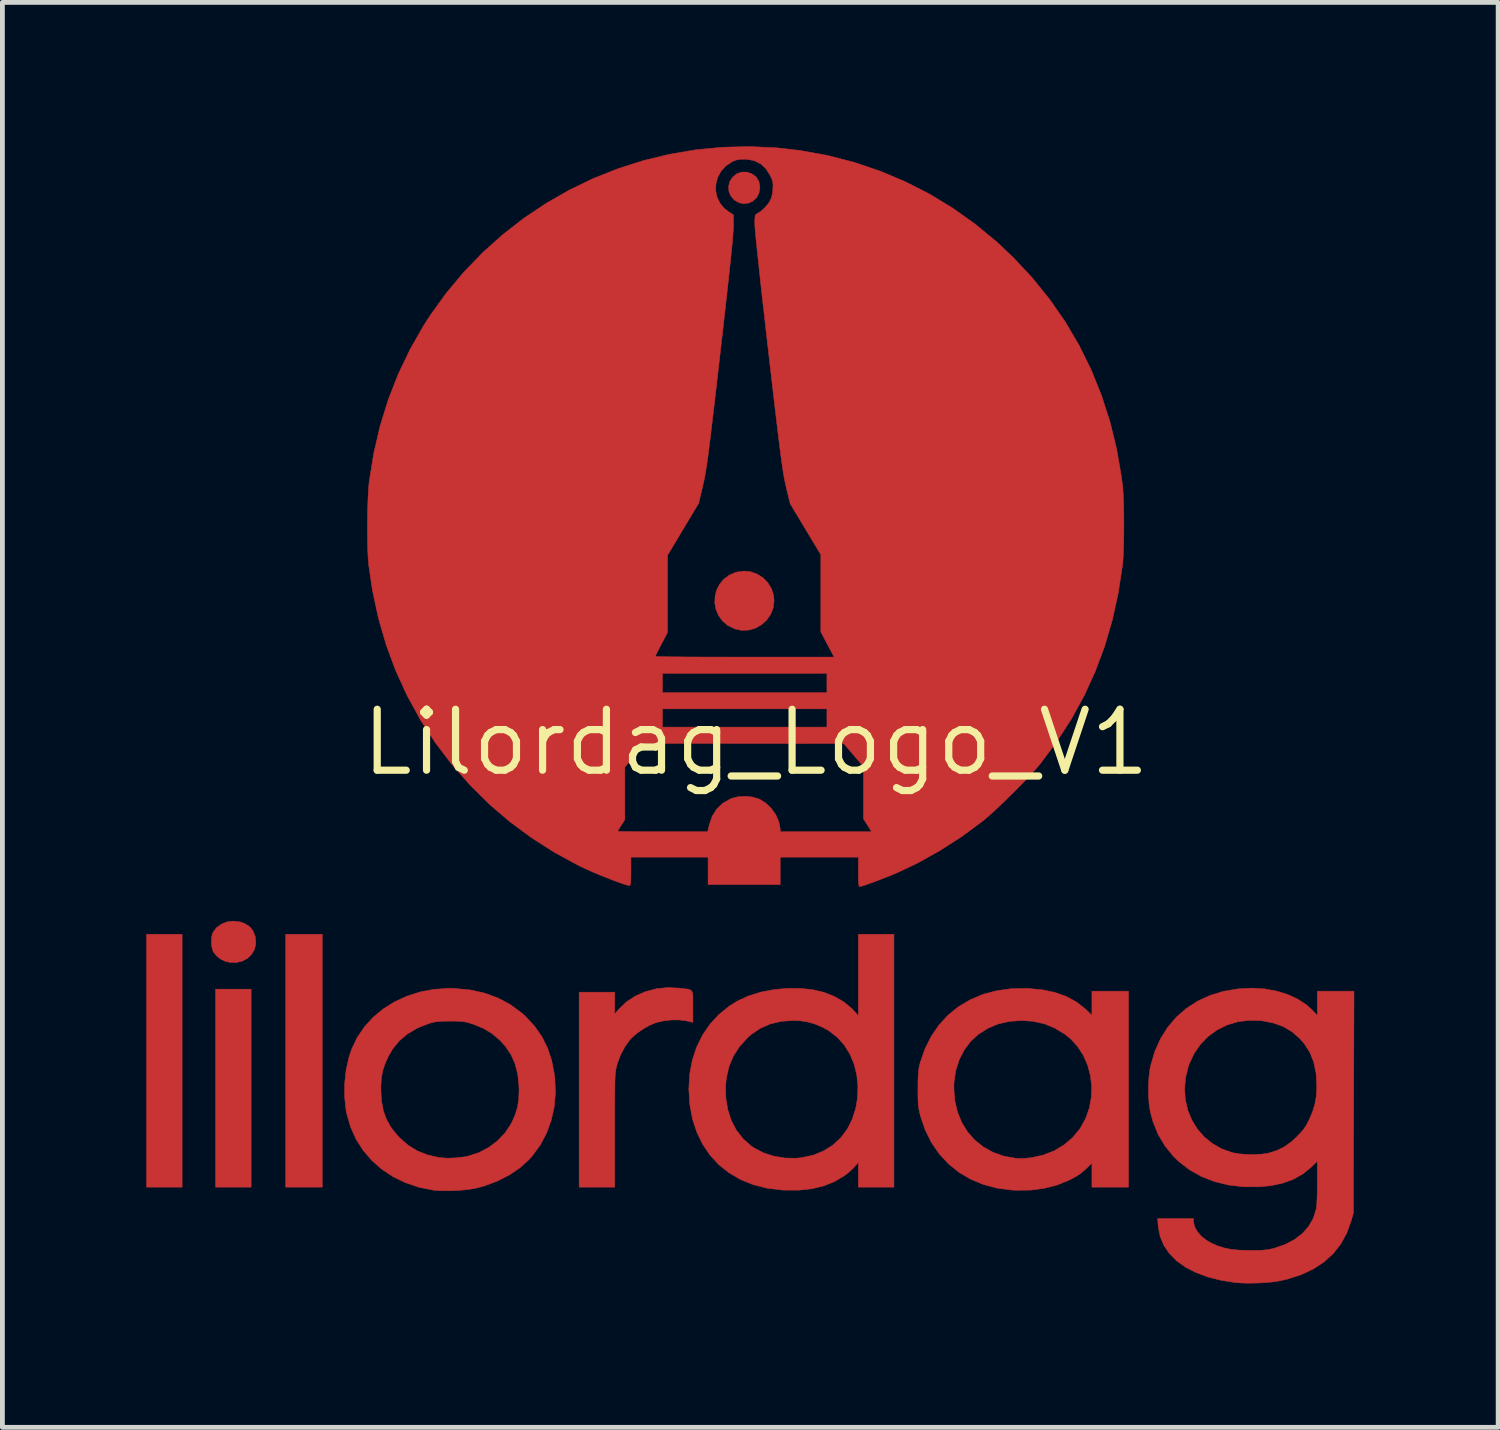
<source format=kicad_pcb>
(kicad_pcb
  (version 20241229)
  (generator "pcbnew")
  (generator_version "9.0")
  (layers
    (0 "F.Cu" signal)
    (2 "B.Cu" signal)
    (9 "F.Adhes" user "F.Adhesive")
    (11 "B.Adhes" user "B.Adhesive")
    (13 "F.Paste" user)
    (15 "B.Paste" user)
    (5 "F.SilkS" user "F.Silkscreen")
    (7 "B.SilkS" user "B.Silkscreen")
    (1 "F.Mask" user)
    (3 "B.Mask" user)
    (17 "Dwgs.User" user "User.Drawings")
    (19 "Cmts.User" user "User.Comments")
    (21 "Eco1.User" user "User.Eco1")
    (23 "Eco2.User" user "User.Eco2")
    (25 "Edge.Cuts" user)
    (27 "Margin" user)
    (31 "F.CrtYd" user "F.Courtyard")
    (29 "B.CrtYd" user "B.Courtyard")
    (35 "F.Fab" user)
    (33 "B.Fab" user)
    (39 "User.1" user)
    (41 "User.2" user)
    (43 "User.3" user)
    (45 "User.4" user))
  (footprint "Lilordag_Logo_V1"
    (layer "F.Cu")
    (at 12.705 12.425)
    (property "Reference" "Lilordag_Logo_V1" (at 0 0 0) (layer "F.SilkS") (effects (font (size 1.27 1.27) (thickness 0.15))))
    (attr through_hole)
    (fp_poly (pts (xy -11.959 9.271) (xy -12.7 9.271) (xy -12.7 4) (xy -11.959 4) (xy -11.959 9.271)) (stroke (width 0.01) (type solid)) (fill yes) (layer "F.Cu"))
    (fp_poly (pts (xy -10.52 9.271) (xy -11.261 9.271) (xy -11.261 5.144) (xy -10.52 5.144) (xy -10.52 9.271)) (stroke (width 0.01) (type solid)) (fill yes) (layer "F.Cu"))
    (fp_poly (pts (xy -9.038 9.271) (xy -9.8 9.271) (xy -9.8 4) (xy -9.038 4) (xy -9.038 9.271)) (stroke (width 0.01) (type solid)) (fill yes) (layer "F.Cu"))
    (fp_poly (pts (xy -0.185 -11.888) (xy -0.083 -11.852) (xy 0.007 -11.786) (xy 0.063 -11.697) (xy 0.084 -11.583) (xy 0.085 -11.565) (xy 0.066 -11.45) (xy 0.016 -11.354) (xy -0.061 -11.283) (xy -0.156 -11.24) (xy -0.264 -11.231) (xy -0.349 -11.25) (xy -0.447 -11.305) (xy -0.518 -11.385) (xy -0.559 -11.481) (xy -0.568 -11.586) (xy -0.542 -11.69) (xy -0.492 -11.771) (xy -0.402 -11.849) (xy -0.298 -11.888) (xy -0.185 -11.888)) (stroke (width 0.01) (type solid)) (fill yes) (layer "F.Cu"))
    (fp_poly (pts (xy -10.751 3.742) (xy -10.655 3.776) (xy -10.553 3.84) (xy -10.483 3.924) (xy -10.439 4.036) (xy -10.431 4.069) (xy -10.423 4.2) (xy -10.452 4.319) (xy -10.512 4.421) (xy -10.598 4.503) (xy -10.706 4.56) (xy -10.83 4.589) (xy -10.966 4.585) (xy -11.055 4.565) (xy -11.153 4.519) (xy -11.241 4.45) (xy -11.305 4.369) (xy -11.318 4.343) (xy -11.34 4.258) (xy -11.348 4.158) (xy -11.343 4.058) (xy -11.323 3.977) (xy -11.317 3.964) (xy -11.242 3.863) (xy -11.14 3.788) (xy -11.019 3.741) (xy -10.887 3.725) (xy -10.751 3.742)) (stroke (width 0.01) (type solid)) (fill yes) (layer "F.Cu"))
    (fp_poly (pts (xy -0.109 -3.557) (xy 0.028 -3.508) (xy 0.151 -3.43) (xy 0.252 -3.326) (xy 0.328 -3.2) (xy 0.372 -3.057) (xy 0.381 -2.953) (xy 0.362 -2.802) (xy 0.307 -2.665) (xy 0.223 -2.546) (xy 0.115 -2.45) (xy -0.011 -2.38) (xy -0.15 -2.341) (xy -0.296 -2.335) (xy -0.44 -2.367) (xy -0.582 -2.437) (xy -0.694 -2.531) (xy -0.776 -2.645) (xy -0.83 -2.771) (xy -0.855 -2.905) (xy -0.85 -3.04) (xy -0.818 -3.172) (xy -0.756 -3.295) (xy -0.667 -3.402) (xy -0.549 -3.489) (xy -0.408 -3.548) (xy -0.257 -3.571) (xy -0.109 -3.557)) (stroke (width 0.01) (type solid)) (fill yes) (layer "F.Cu"))
    (fp_poly (pts (xy -1.605 5.122) (xy -1.497 5.134) (xy -1.419 5.144) (xy -1.366 5.159) (xy -1.334 5.185) (xy -1.318 5.229) (xy -1.312 5.296) (xy -1.312 5.394) (xy -1.312 5.503) (xy -1.312 5.836) (xy -1.445 5.805) (xy -1.586 5.786) (xy -1.748 5.785) (xy -1.914 5.803) (xy -2.068 5.837) (xy -2.079 5.841) (xy -2.203 5.892) (xy -2.337 5.966) (xy -2.467 6.055) (xy -2.577 6.148) (xy -2.624 6.198) (xy -2.727 6.341) (xy -2.816 6.509) (xy -2.885 6.688) (xy -2.9 6.744) (xy -2.909 6.781) (xy -2.917 6.82) (xy -2.923 6.862) (xy -2.929 6.914) (xy -2.933 6.978) (xy -2.936 7.057) (xy -2.938 7.156) (xy -2.94 7.279) (xy -2.941 7.429) (xy -2.942 7.61) (xy -2.942 7.826) (xy -2.942 8.08) (xy -2.942 9.271) (xy -3.683 9.271) (xy -3.683 5.207) (xy -2.942 5.207) (xy -2.942 5.661) (xy -2.846 5.552) (xy -2.69 5.404) (xy -2.506 5.285) (xy -2.299 5.195) (xy -2.076 5.136) (xy -1.843 5.111) (xy -1.605 5.122)) (stroke (width 0.01) (type solid)) (fill yes) (layer "F.Cu"))
    (fp_poly (pts (xy 2.879 9.271) (xy 2.138 9.271) (xy 2.137 9.012) (xy 2.137 8.752) (xy 2.061 8.843) (xy 2.004 8.902) (xy 1.928 8.969) (xy 1.853 9.028) (xy 1.646 9.152) (xy 1.418 9.244) (xy 1.167 9.305) (xy 0.89 9.334) (xy 0.585 9.333) (xy 0.54 9.33) (xy 0.23 9.292) (xy -0.058 9.218) (xy -0.322 9.111) (xy -0.56 8.971) (xy -0.772 8.802) (xy -0.955 8.603) (xy -1.108 8.377) (xy -1.23 8.125) (xy -1.32 7.85) (xy -1.376 7.551) (xy -1.396 7.232) (xy -1.396 7.218) (xy -1.393 7.166) (xy -0.63 7.166) (xy -0.624 7.422) (xy -0.583 7.662) (xy -0.51 7.884) (xy -0.405 8.085) (xy -0.269 8.26) (xy -0.106 8.406) (xy -0.041 8.451) (xy 0.157 8.554) (xy 0.376 8.626) (xy 0.608 8.664) (xy 0.842 8.668) (xy 0.961 8.656) (xy 1.201 8.602) (xy 1.417 8.514) (xy 1.608 8.393) (xy 1.772 8.241) (xy 1.907 8.06) (xy 2.012 7.852) (xy 2.085 7.619) (xy 2.117 7.427) (xy 2.128 7.173) (xy 2.104 6.929) (xy 2.047 6.701) (xy 1.958 6.491) (xy 1.839 6.303) (xy 1.692 6.141) (xy 1.518 6.008) (xy 1.41 5.947) (xy 1.242 5.874) (xy 1.087 5.828) (xy 0.928 5.803) (xy 0.783 5.797) (xy 0.533 5.814) (xy 0.303 5.868) (xy 0.094 5.959) (xy -0.096 6.088) (xy -0.17 6.153) (xy -0.339 6.338) (xy -0.469 6.541) (xy -0.56 6.761) (xy -0.615 7.001) (xy -0.63 7.166) (xy -1.393 7.166) (xy -1.378 6.912) (xy -1.323 6.622) (xy -1.233 6.35) (xy -1.109 6.099) (xy -0.952 5.87) (xy -0.765 5.668) (xy -0.548 5.494) (xy -0.38 5.39) (xy -0.153 5.286) (xy 0.099 5.207) (xy 0.371 5.154) (xy 0.651 5.127) (xy 0.932 5.128) (xy 1.183 5.155) (xy 1.42 5.21) (xy 1.639 5.297) (xy 1.834 5.41) (xy 2.001 5.548) (xy 2.041 5.591) (xy 2.138 5.698) (xy 2.138 4) (xy 2.879 4) (xy 2.879 9.271)) (stroke (width 0.01) (type solid)) (fill yes) (layer "F.Cu"))
    (fp_poly (pts (xy 5.683 5.13) (xy 5.978 5.158) (xy 6.241 5.214) (xy 6.476 5.298) (xy 6.683 5.411) (xy 6.865 5.553) (xy 6.891 5.578) (xy 7.006 5.69) (xy 7.006 5.186) (xy 7.768 5.186) (xy 7.768 9.271) (xy 7.006 9.271) (xy 7.006 8.767) (xy 6.879 8.892) (xy 6.789 8.971) (xy 6.687 9.041) (xy 6.559 9.11) (xy 6.535 9.122) (xy 6.282 9.226) (xy 6.017 9.295) (xy 5.734 9.332) (xy 5.429 9.336) (xy 5.334 9.331) (xy 5.028 9.291) (xy 4.742 9.215) (xy 4.476 9.104) (xy 4.233 8.96) (xy 4.015 8.784) (xy 3.824 8.578) (xy 3.662 8.343) (xy 3.532 8.082) (xy 3.435 7.798) (xy 3.414 7.717) (xy 3.399 7.645) (xy 3.389 7.575) (xy 3.383 7.495) (xy 3.38 7.396) (xy 3.379 7.267) (xy 3.379 7.218) (xy 3.38 7.201) (xy 4.128 7.201) (xy 4.146 7.46) (xy 4.202 7.7) (xy 4.291 7.92) (xy 4.412 8.117) (xy 4.562 8.288) (xy 4.74 8.431) (xy 4.942 8.544) (xy 5.166 8.624) (xy 5.41 8.668) (xy 5.518 8.676) (xy 5.572 8.674) (xy 5.651 8.667) (xy 5.74 8.657) (xy 5.748 8.656) (xy 5.992 8.602) (xy 6.218 8.514) (xy 6.422 8.392) (xy 6.602 8.24) (xy 6.751 8.06) (xy 6.765 8.041) (xy 6.876 7.838) (xy 6.952 7.622) (xy 6.993 7.398) (xy 7.001 7.171) (xy 6.975 6.947) (xy 6.918 6.731) (xy 6.829 6.527) (xy 6.71 6.341) (xy 6.561 6.178) (xy 6.447 6.086) (xy 6.232 5.955) (xy 6.01 5.865) (xy 5.774 5.813) (xy 5.54 5.798) (xy 5.285 5.815) (xy 5.052 5.869) (xy 4.837 5.959) (xy 4.642 6.083) (xy 4.478 6.233) (xy 4.344 6.412) (xy 4.24 6.614) (xy 4.169 6.837) (xy 4.132 7.076) (xy 4.128 7.201) (xy 3.38 7.201) (xy 3.38 7.072) (xy 3.384 6.959) (xy 3.39 6.87) (xy 3.399 6.796) (xy 3.413 6.727) (xy 3.424 6.685) (xy 3.524 6.393) (xy 3.656 6.129) (xy 3.817 5.893) (xy 4.007 5.686) (xy 4.224 5.51) (xy 4.466 5.366) (xy 4.731 5.254) (xy 5.018 5.177) (xy 5.326 5.134) (xy 5.652 5.128) (xy 5.683 5.13)) (stroke (width 0.01) (type solid)) (fill yes) (layer "F.Cu"))
    (fp_poly (pts (xy -6.276 5.129) (xy -5.952 5.16) (xy -5.65 5.227) (xy -5.37 5.33) (xy -5.112 5.469) (xy -4.878 5.643) (xy -4.802 5.711) (xy -4.613 5.914) (xy -4.46 6.133) (xy -4.341 6.371) (xy -4.255 6.631) (xy -4.2 6.918) (xy -4.189 7.006) (xy -4.177 7.306) (xy -4.203 7.599) (xy -4.266 7.882) (xy -4.364 8.149) (xy -4.496 8.397) (xy -4.662 8.623) (xy -4.728 8.696) (xy -4.917 8.867) (xy -5.138 9.017) (xy -5.386 9.144) (xy -5.652 9.244) (xy -5.842 9.294) (xy -5.969 9.316) (xy -6.123 9.333) (xy -6.291 9.343) (xy -6.458 9.347) (xy -6.61 9.343) (xy -6.72 9.333) (xy -7.021 9.274) (xy -7.303 9.179) (xy -7.562 9.053) (xy -7.797 8.897) (xy -8.006 8.713) (xy -8.185 8.503) (xy -8.334 8.27) (xy -8.448 8.015) (xy -8.527 7.741) (xy -8.541 7.669) (xy -8.571 7.396) (xy -8.571 7.239) (xy -7.816 7.239) (xy -7.803 7.474) (xy -7.764 7.68) (xy -7.697 7.864) (xy -7.599 8.035) (xy -7.466 8.198) (xy -7.42 8.247) (xy -7.245 8.399) (xy -7.056 8.515) (xy -6.847 8.598) (xy -6.612 8.652) (xy -6.575 8.657) (xy -6.424 8.667) (xy -6.253 8.661) (xy -6.082 8.641) (xy -5.99 8.622) (xy -5.772 8.551) (xy -5.569 8.444) (xy -5.386 8.307) (xy -5.23 8.145) (xy -5.106 7.96) (xy -5.083 7.916) (xy -5.014 7.756) (xy -4.967 7.602) (xy -4.942 7.44) (xy -4.935 7.257) (xy -4.937 7.165) (xy -4.962 6.92) (xy -5.017 6.701) (xy -5.104 6.505) (xy -5.226 6.327) (xy -5.334 6.209) (xy -5.499 6.069) (xy -5.68 5.96) (xy -5.889 5.875) (xy -5.9 5.871) (xy -5.981 5.846) (xy -6.051 5.828) (xy -6.121 5.818) (xy -6.203 5.812) (xy -6.309 5.81) (xy -6.371 5.81) (xy -6.499 5.811) (xy -6.596 5.816) (xy -6.675 5.825) (xy -6.747 5.84) (xy -6.816 5.86) (xy -7.052 5.953) (xy -7.258 6.074) (xy -7.433 6.222) (xy -7.575 6.397) (xy -7.659 6.542) (xy -7.729 6.698) (xy -7.776 6.841) (xy -7.804 6.985) (xy -7.815 7.146) (xy -7.816 7.239) (xy -8.571 7.239) (xy -8.571 7.114) (xy -8.541 6.834) (xy -8.482 6.568) (xy -8.426 6.399) (xy -8.309 6.153) (xy -8.157 5.929) (xy -7.975 5.729) (xy -7.764 5.554) (xy -7.529 5.407) (xy -7.271 5.289) (xy -6.995 5.201) (xy -6.704 5.147) (xy -6.399 5.127) (xy -6.276 5.129)) (stroke (width 0.01) (type solid)) (fill yes) (layer "F.Cu"))
    (fp_poly (pts (xy 10.6 5.138) (xy 10.848 5.182) (xy 11.081 5.253) (xy 11.291 5.349) (xy 11.475 5.468) (xy 11.608 5.589) (xy 11.705 5.692) (xy 11.705 5.186) (xy 12.469 5.186) (xy 12.462 7.498) (xy 12.456 9.811) (xy 12.408 9.979) (xy 12.317 10.231) (xy 12.192 10.457) (xy 12.035 10.657) (xy 11.845 10.83) (xy 11.622 10.976) (xy 11.368 11.095) (xy 11.083 11.187) (xy 10.897 11.229) (xy 10.766 11.248) (xy 10.608 11.262) (xy 10.436 11.27) (xy 10.264 11.273) (xy 10.107 11.268) (xy 10.001 11.26) (xy 9.695 11.212) (xy 9.418 11.142) (xy 9.17 11.049) (xy 8.953 10.937) (xy 8.769 10.804) (xy 8.62 10.653) (xy 8.506 10.485) (xy 8.428 10.3) (xy 8.389 10.1) (xy 8.387 10.081) (xy 8.376 9.927) (xy 9.123 9.927) (xy 9.123 9.985) (xy 9.144 10.09) (xy 9.201 10.196) (xy 9.289 10.296) (xy 9.403 10.385) (xy 9.492 10.436) (xy 9.625 10.494) (xy 9.758 10.537) (xy 9.899 10.566) (xy 10.06 10.583) (xy 10.25 10.59) (xy 10.298 10.59) (xy 10.438 10.589) (xy 10.546 10.586) (xy 10.632 10.579) (xy 10.706 10.568) (xy 10.78 10.552) (xy 10.806 10.545) (xy 11.033 10.466) (xy 11.23 10.363) (xy 11.395 10.236) (xy 11.526 10.087) (xy 11.622 9.918) (xy 11.681 9.73) (xy 11.684 9.718) (xy 11.69 9.661) (xy 11.696 9.571) (xy 11.701 9.456) (xy 11.704 9.324) (xy 11.705 9.184) (xy 11.705 9.167) (xy 11.705 8.73) (xy 11.571 8.859) (xy 11.399 8.998) (xy 11.204 9.107) (xy 10.984 9.187) (xy 10.735 9.24) (xy 10.486 9.264) (xy 10.161 9.263) (xy 9.851 9.226) (xy 9.56 9.155) (xy 9.289 9.049) (xy 9.04 8.909) (xy 8.817 8.737) (xy 8.706 8.629) (xy 8.529 8.412) (xy 8.387 8.172) (xy 8.279 7.906) (xy 8.222 7.694) (xy 8.198 7.542) (xy 8.186 7.364) (xy 8.185 7.222) (xy 8.938 7.222) (xy 8.954 7.451) (xy 9.005 7.669) (xy 9.089 7.873) (xy 9.203 8.059) (xy 9.347 8.224) (xy 9.518 8.363) (xy 9.714 8.474) (xy 9.932 8.551) (xy 10.064 8.576) (xy 10.222 8.589) (xy 10.388 8.592) (xy 10.546 8.583) (xy 10.681 8.563) (xy 10.688 8.561) (xy 10.862 8.507) (xy 11.018 8.43) (xy 11.166 8.323) (xy 11.274 8.224) (xy 11.362 8.132) (xy 11.428 8.053) (xy 11.48 7.972) (xy 11.53 7.876) (xy 11.531 7.874) (xy 11.602 7.709) (xy 11.65 7.557) (xy 11.679 7.401) (xy 11.692 7.227) (xy 11.693 7.144) (xy 11.678 6.892) (xy 11.63 6.666) (xy 11.55 6.463) (xy 11.435 6.283) (xy 11.338 6.172) (xy 11.177 6.032) (xy 10.999 5.926) (xy 10.799 5.852) (xy 10.572 5.806) (xy 10.533 5.801) (xy 10.285 5.793) (xy 10.047 5.823) (xy 9.824 5.89) (xy 9.617 5.992) (xy 9.432 6.126) (xy 9.27 6.291) (xy 9.137 6.483) (xy 9.034 6.702) (xy 9.017 6.75) (xy 8.958 6.988) (xy 8.938 7.222) (xy 8.185 7.222) (xy 8.184 7.174) (xy 8.194 6.986) (xy 8.215 6.815) (xy 8.23 6.738) (xy 8.316 6.446) (xy 8.435 6.179) (xy 8.585 5.94) (xy 8.765 5.728) (xy 8.973 5.546) (xy 9.207 5.395) (xy 9.466 5.275) (xy 9.747 5.189) (xy 10.049 5.138) (xy 10.342 5.122) (xy 10.6 5.138)) (stroke (width 0.01) (type solid)) (fill yes) (layer "F.Cu"))
    (fp_poly (pts (xy 0.435 -12.394) (xy 0.921 -12.339) (xy 1.492 -12.235) (xy 2.049 -12.092) (xy 2.59 -11.909) (xy 3.115 -11.688) (xy 3.622 -11.43) (xy 4.109 -11.134) (xy 4.576 -10.801) (xy 5.022 -10.433) (xy 5.367 -10.107) (xy 5.765 -9.681) (xy 6.126 -9.233) (xy 6.452 -8.764) (xy 6.74 -8.274) (xy 6.991 -7.764) (xy 7.205 -7.234) (xy 7.382 -6.685) (xy 7.521 -6.117) (xy 7.622 -5.531) (xy 7.646 -5.345) (xy 7.655 -5.236) (xy 7.662 -5.094) (xy 7.668 -4.927) (xy 7.671 -4.743) (xy 7.672 -4.55) (xy 7.671 -4.355) (xy 7.669 -4.168) (xy 7.664 -3.997) (xy 7.657 -3.849) (xy 7.649 -3.732) (xy 7.645 -3.704) (xy 7.555 -3.114) (xy 7.431 -2.549) (xy 7.272 -2.005) (xy 7.077 -1.482) (xy 6.846 -0.976) (xy 6.577 -0.486) (xy 6.269 -0.01) (xy 5.935 0.438) (xy 5.85 0.539) (xy 5.739 0.662) (xy 5.609 0.801) (xy 5.466 0.948) (xy 5.316 1.098) (xy 5.165 1.245) (xy 5.021 1.383) (xy 4.888 1.504) (xy 4.774 1.603) (xy 4.731 1.638) (xy 4.294 1.962) (xy 3.833 2.258) (xy 3.358 2.522) (xy 2.964 2.709) (xy 2.872 2.748) (xy 2.763 2.792) (xy 2.646 2.838) (xy 2.528 2.884) (xy 2.415 2.925) (xy 2.315 2.961) (xy 2.235 2.988) (xy 2.183 3.003) (xy 2.169 3.006) (xy 2.157 3) (xy 2.148 2.978) (xy 2.142 2.934) (xy 2.139 2.862) (xy 2.138 2.757) (xy 2.138 2.699) (xy 2.138 2.392) (xy 0.508 2.392) (xy 0.508 2.963) (xy -0.995 2.963) (xy -0.995 2.392) (xy -2.603 2.392) (xy -2.603 2.688) (xy -2.604 2.811) (xy -2.607 2.897) (xy -2.613 2.951) (xy -2.621 2.978) (xy -2.631 2.985) (xy -2.677 2.976) (xy -2.755 2.953) (xy -2.859 2.917) (xy -2.982 2.871) (xy -3.117 2.818) (xy -3.259 2.761) (xy -3.401 2.701) (xy -3.536 2.641) (xy -3.658 2.584) (xy -3.713 2.557) (xy -4.207 2.287) (xy -4.68 1.985) (xy -4.859 1.852) (xy -2.879 1.852) (xy -2.858 1.855) (xy -2.8 1.857) (xy -2.707 1.858) (xy -2.585 1.86) (xy -2.438 1.861) (xy -2.27 1.862) (xy -2.085 1.863) (xy -1.941 1.863) (xy -1.004 1.863) (xy -0.968 1.712) (xy -0.908 1.538) (xy -0.816 1.391) (xy -0.692 1.272) (xy -0.537 1.182) (xy -0.49 1.163) (xy -0.363 1.132) (xy -0.219 1.124) (xy -0.073 1.139) (xy 0.055 1.175) (xy 0.068 1.18) (xy 0.201 1.26) (xy 0.318 1.371) (xy 0.413 1.503) (xy 0.477 1.647) (xy 0.501 1.758) (xy 0.514 1.863) (xy 2.414 1.863) (xy 2.329 1.728) (xy 2.244 1.594) (xy 2.244 0.504) (xy 1.831 0.023) (xy -0.236 0.022) (xy -2.303 0.021) (xy -2.731 0.516) (xy -2.731 1.611) (xy -2.805 1.727) (xy -2.843 1.787) (xy -2.869 1.833) (xy -2.879 1.852) (xy -4.859 1.852) (xy -5.127 1.654) (xy -5.535 1.306) (xy -5.954 0.892) (xy -6.338 0.457) (xy -6.685 -0.000228) (xy -6.996 -0.478) (xy -7.116 -0.699) (xy -1.947 -0.699) (xy -1.947 -0.318) (xy 1.482 -0.318) (xy 1.482 -0.699) (xy -1.947 -0.699) (xy -7.116 -0.699) (xy -7.269 -0.977) (xy -7.48 -1.439) (xy -1.947 -1.439) (xy -1.947 -1.037) (xy 1.482 -1.037) (xy 1.482 -1.439) (xy -1.947 -1.439) (xy -7.48 -1.439) (xy -7.506 -1.496) (xy -7.616 -1.792) (xy -2.095 -1.792) (xy -2.075 -1.79) (xy -2.015 -1.788) (xy -1.919 -1.786) (xy -1.789 -1.784) (xy -1.629 -1.783) (xy -1.442 -1.781) (xy -1.231 -1.78) (xy -0.999 -1.779) (xy -0.748 -1.779) (xy -0.482 -1.778) (xy -0.231 -1.778) (xy 1.633 -1.778) (xy 1.494 -2.04) (xy 1.355 -2.303) (xy 1.355 -3.913) (xy 1.035 -4.445) (xy 0.716 -4.977) (xy 0.633 -5.32) (xy 0.621 -5.375) (xy 0.608 -5.432) (xy 0.596 -5.494) (xy 0.583 -5.562) (xy 0.57 -5.64) (xy 0.557 -5.729) (xy 0.542 -5.834) (xy 0.525 -5.955) (xy 0.507 -6.096) (xy 0.486 -6.259) (xy 0.463 -6.447) (xy 0.437 -6.662) (xy 0.408 -6.907) (xy 0.375 -7.185) (xy 0.339 -7.498) (xy 0.298 -7.848) (xy 0.265 -8.133) (xy 0.222 -8.503) (xy 0.183 -8.853) (xy 0.145 -9.181) (xy 0.111 -9.486) (xy 0.081 -9.764) (xy 0.054 -10.014) (xy 0.031 -10.234) (xy 0.011 -10.422) (xy -0.004 -10.576) (xy -0.014 -10.693) (xy -0.02 -10.771) (xy -0.021 -10.802) (xy -0.021 -10.895) (xy -0.017 -10.955) (xy -0.009 -10.99) (xy 0.006 -11.009) (xy 0.029 -11.023) (xy 0.029 -11.023) (xy 0.108 -11.073) (xy 0.19 -11.148) (xy 0.263 -11.235) (xy 0.29 -11.276) (xy 0.325 -11.351) (xy 0.346 -11.435) (xy 0.355 -11.528) (xy 0.359 -11.614) (xy 0.354 -11.677) (xy 0.337 -11.736) (xy 0.304 -11.809) (xy 0.298 -11.821) (xy 0.211 -11.958) (xy 0.102 -12.06) (xy -0.03 -12.125) (xy -0.184 -12.155) (xy -0.243 -12.157) (xy -0.34 -12.153) (xy -0.414 -12.138) (xy -0.487 -12.108) (xy -0.497 -12.103) (xy -0.628 -12.014) (xy -0.727 -11.904) (xy -0.795 -11.778) (xy -0.832 -11.643) (xy -0.837 -11.504) (xy -0.809 -11.368) (xy -0.749 -11.241) (xy -0.655 -11.129) (xy -0.563 -11.058) (xy -0.466 -10.996) (xy -0.466 -10.763) (xy -0.468 -10.705) (xy -0.474 -10.615) (xy -0.484 -10.492) (xy -0.498 -10.337) (xy -0.517 -10.147) (xy -0.541 -9.921) (xy -0.569 -9.659) (xy -0.602 -9.36) (xy -0.64 -9.022) (xy -0.682 -8.644) (xy -0.73 -8.226) (xy -0.741 -8.128) (xy -0.784 -7.754) (xy -0.823 -7.42) (xy -0.857 -7.123) (xy -0.888 -6.86) (xy -0.916 -6.628) (xy -0.94 -6.425) (xy -0.962 -6.249) (xy -0.981 -6.095) (xy -0.998 -5.963) (xy -1.014 -5.849) (xy -1.029 -5.751) (xy -1.042 -5.665) (xy -1.055 -5.59) (xy -1.068 -5.523) (xy -1.08 -5.46) (xy -1.094 -5.4) (xy -1.104 -5.355) (xy -1.191 -4.985) (xy -1.516 -4.442) (xy -1.841 -3.899) (xy -1.841 -2.29) (xy -1.968 -2.048) (xy -2.016 -1.956) (xy -2.056 -1.878) (xy -2.083 -1.821) (xy -2.095 -1.793) (xy -2.095 -1.792) (xy -7.616 -1.792) (xy -7.705 -2.034) (xy -7.867 -2.591) (xy -7.991 -3.167) (xy -8.069 -3.694) (xy -8.08 -3.822) (xy -8.089 -3.985) (xy -8.094 -4.173) (xy -8.096 -4.377) (xy -8.096 -4.589) (xy -8.093 -4.801) (xy -8.087 -5.004) (xy -8.079 -5.189) (xy -8.068 -5.349) (xy -8.057 -5.45) (xy -7.963 -6.031) (xy -7.831 -6.598) (xy -7.66 -7.149) (xy -7.451 -7.682) (xy -7.205 -8.196) (xy -6.923 -8.69) (xy -6.787 -8.901) (xy -6.451 -9.367) (xy -6.086 -9.803) (xy -5.693 -10.21) (xy -5.275 -10.584) (xy -4.834 -10.927) (xy -4.372 -11.236) (xy -3.89 -11.512) (xy -3.391 -11.753) (xy -2.876 -11.958) (xy -2.347 -12.127) (xy -1.806 -12.258) (xy -1.256 -12.352) (xy -0.697 -12.406) (xy -0.133 -12.42) (xy 0.435 -12.394)) (stroke (width 0.01) (type solid)) (fill yes) (layer "F.Cu")))
  (gr_rect
    (start -3 -3)
    (end 28.179 26.703)
    (stroke (width 0.1) (type default))
    (fill no)
    (layer "Edge.Cuts")))
</source>
